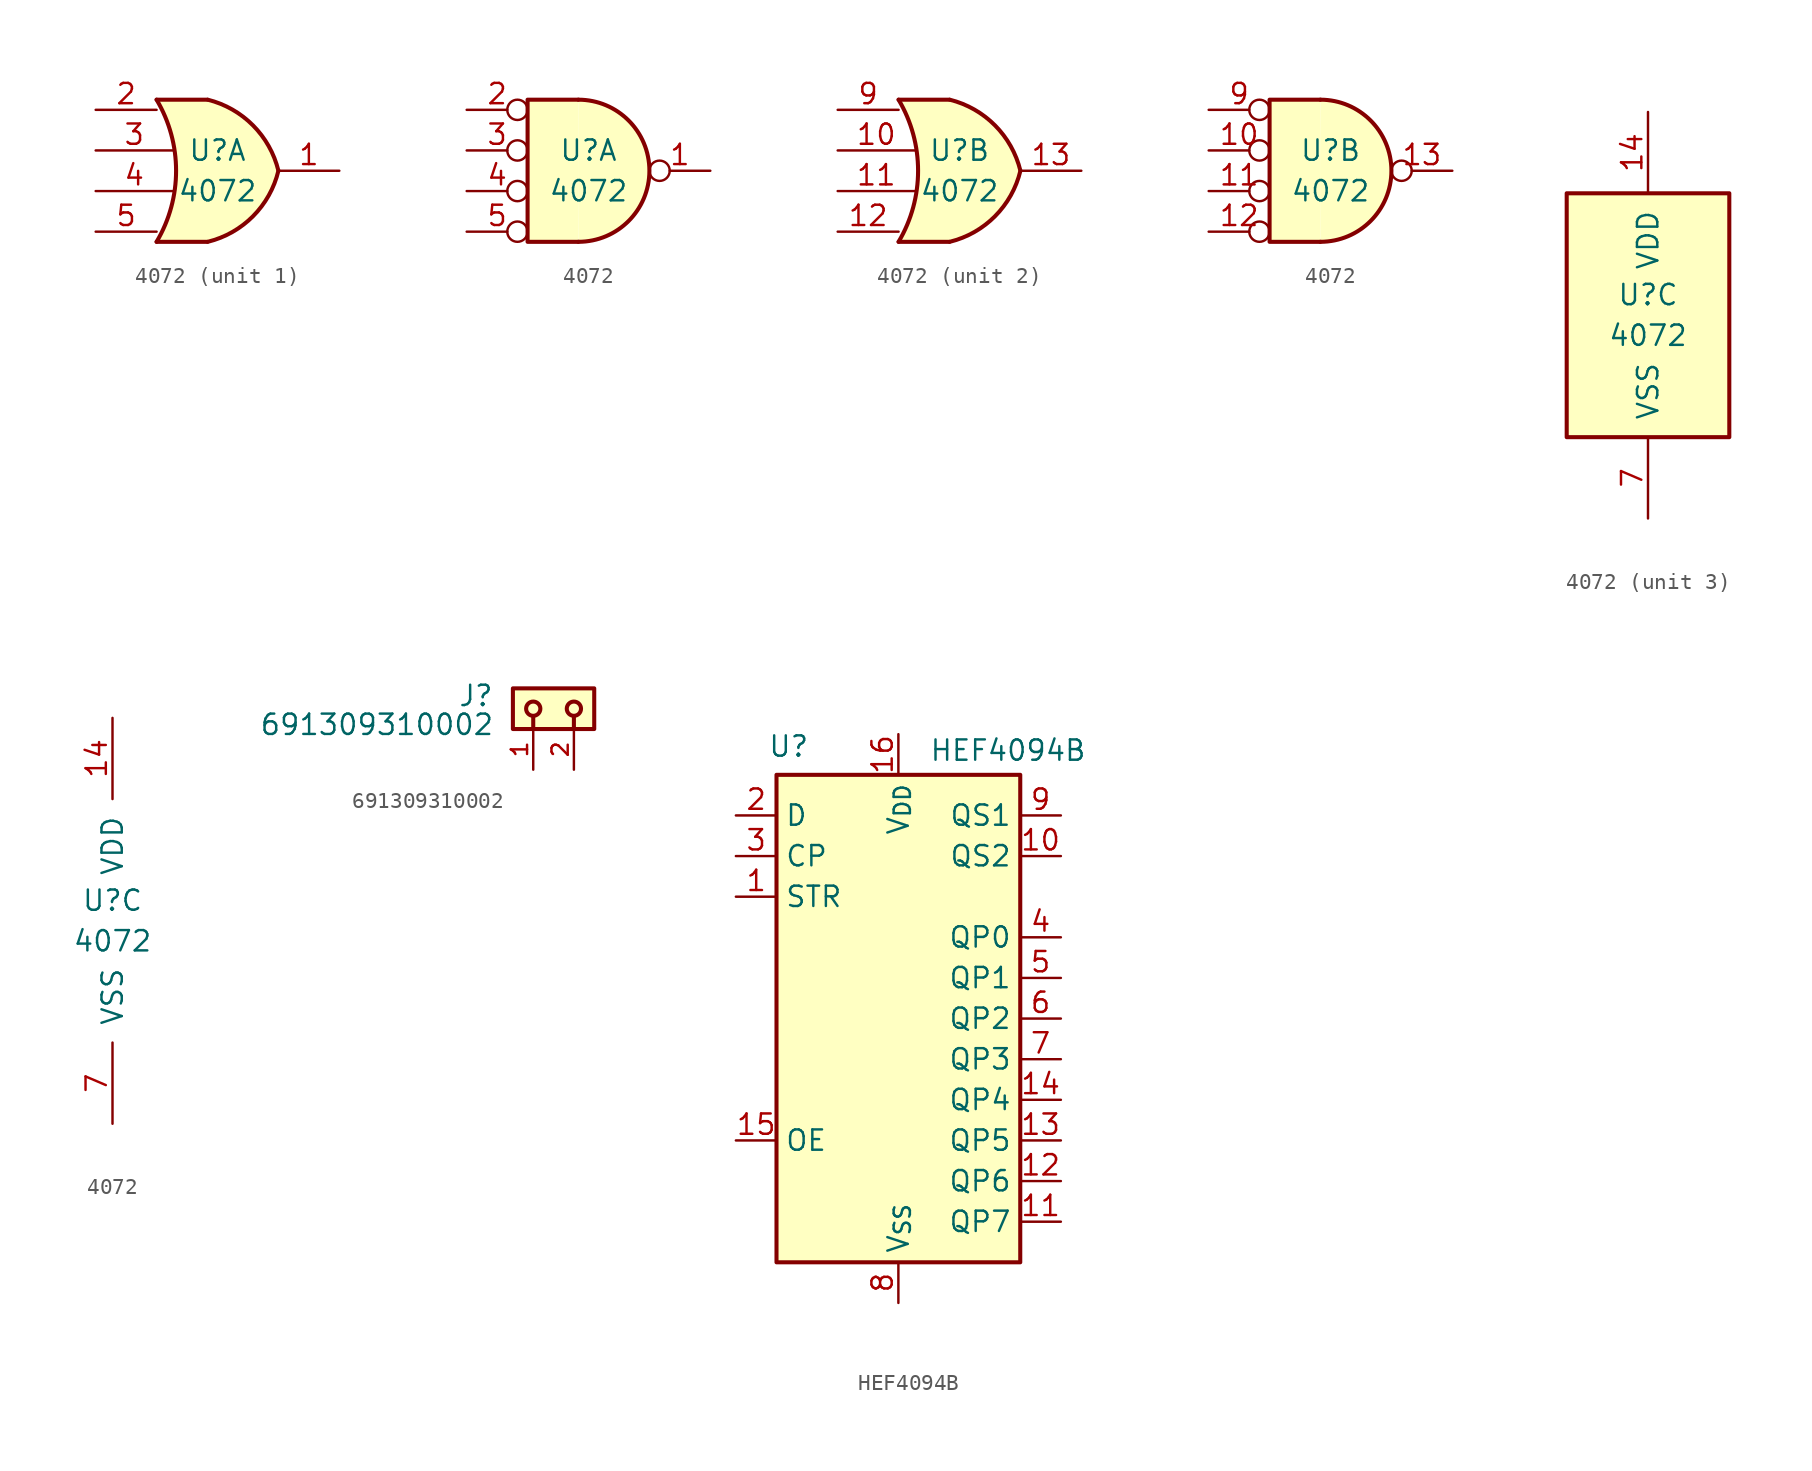
<source format=kicad_sym>
(kicad_symbol_lib
  (version 20241209)
  (generator "kicad_symbol_editor")
  (generator_version "9.0")
  (symbol "4072"
    (pin_names
      (offset 1.016))
    (property "Reference" "U"
      (at 0 1.27 0)
      (effects (font (size 1.27 1.27))))
    (property "Value" "4072"
      (at 0 -1.27 0)
      (effects (font (size 1.27 1.27))))
    (property "ki_locked" ""
      (at 0 0 0)
      (effects (font (size 1.27 1.27))))
    (symbol "4072_1_1"
      (arc (start -3.81 4.445) (mid -2.5908 0) (end -3.81 -4.445) (stroke (width 0.254) (type default)) (fill (type none)))
      (polyline (pts (xy -3.81 4.445) (xy -0.635 4.445)) (stroke (width 0.254) (type default)) (fill (type background)))
      (polyline (pts (xy -3.81 -4.445) (xy -0.635 -4.445)) (stroke (width 0.254) (type default)) (fill (type background)))
      (arc (start -0.6096 4.445) (mid 2.2198 2.8385) (end 3.81 0) (stroke (width 0.254) (type default)) (fill (type background)))
      (arc (start 3.81 0) (mid 2.224 -2.8428) (end -0.6096 -4.445) (stroke (width 0.254) (type default)) (fill (type background)))
      (polyline (pts (xy -0.635 4.445) (xy -3.81 4.445) (xy -3.81 4.445) (xy -3.632 4.089) (xy -3.099 2.921) (xy -2.769 1.676) (xy -2.616 0.432) (xy -2.642 -0.864) (xy -2.87 -2.108) (xy -3.251 -3.327) (xy -3.81 -4.445) (xy -3.81 -4.445) (xy -0.635 -4.445)) (stroke (width -25.4) (type default)) (fill (type background)))
      (pin input line (at -7.62 3.81 0) (length 3.81) (name "~" (effects (font (size 1.27 1.27)))) (number "2" (effects (font (size 1.27 1.27)))))
      (pin input line (at -7.62 1.27 0) (length 4.826) (name "~" (effects (font (size 1.27 1.27)))) (number "3" (effects (font (size 1.27 1.27)))))
      (pin input line (at -7.62 -1.27 0) (length 4.826) (name "~" (effects (font (size 1.27 1.27)))) (number "4" (effects (font (size 1.27 1.27)))))
      (pin input line (at -7.62 -3.81 0) (length 3.81) (name "~" (effects (font (size 1.27 1.27)))) (number "5" (effects (font (size 1.27 1.27)))))
      (pin output line (at 7.62 0 180) (length 3.81) (name "~" (effects (font (size 1.27 1.27)))) (number "1" (effects (font (size 1.27 1.27))))))
    (symbol "4072_1_2"
      (arc (start -0.635 4.445) (mid 3.7907 0) (end -0.635 -4.445) (stroke (width 0.254) (type default)) (fill (type background)))
      (polyline (pts (xy -0.635 4.445) (xy -3.81 4.445) (xy -3.81 -4.445) (xy -0.635 -4.445)) (stroke (width 0.254) (type default)) (fill (type background)))
      (pin input inverted (at -7.62 3.81 0) (length 3.81) (name "~" (effects (font (size 1.27 1.27)))) (number "2" (effects (font (size 1.27 1.27)))))
      (pin input inverted (at -7.62 1.27 0) (length 3.81) (name "~" (effects (font (size 1.27 1.27)))) (number "3" (effects (font (size 1.27 1.27)))))
      (pin input inverted (at -7.62 -1.27 0) (length 3.81) (name "~" (effects (font (size 1.27 1.27)))) (number "4" (effects (font (size 1.27 1.27)))))
      (pin input inverted (at -7.62 -3.81 0) (length 3.81) (name "~" (effects (font (size 1.27 1.27)))) (number "5" (effects (font (size 1.27 1.27)))))
      (pin output inverted (at 7.62 0 180) (length 3.81) (name "~" (effects (font (size 1.27 1.27)))) (number "1" (effects (font (size 1.27 1.27))))))
    (symbol "4072_2_1"
      (arc (start -3.81 4.445) (mid -2.5908 0) (end -3.81 -4.445) (stroke (width 0.254) (type default)) (fill (type none)))
      (polyline (pts (xy -3.81 4.445) (xy -0.635 4.445)) (stroke (width 0.254) (type default)) (fill (type background)))
      (polyline (pts (xy -3.81 -4.445) (xy -0.635 -4.445)) (stroke (width 0.254) (type default)) (fill (type background)))
      (arc (start -0.6096 4.445) (mid 2.2198 2.8385) (end 3.81 0) (stroke (width 0.254) (type default)) (fill (type background)))
      (arc (start 3.81 0) (mid 2.224 -2.8428) (end -0.6096 -4.445) (stroke (width 0.254) (type default)) (fill (type background)))
      (polyline (pts (xy -0.635 4.445) (xy -3.81 4.445) (xy -3.81 4.445) (xy -3.632 4.089) (xy -3.099 2.921) (xy -2.769 1.676) (xy -2.616 0.432) (xy -2.642 -0.864) (xy -2.87 -2.108) (xy -3.251 -3.327) (xy -3.81 -4.445) (xy -3.81 -4.445) (xy -0.635 -4.445)) (stroke (width -25.4) (type default)) (fill (type background)))
      (pin input line (at -7.62 3.81 0) (length 3.81) (name "~" (effects (font (size 1.27 1.27)))) (number "9" (effects (font (size 1.27 1.27)))))
      (pin input line (at -7.62 1.27 0) (length 4.826) (name "~" (effects (font (size 1.27 1.27)))) (number "10" (effects (font (size 1.27 1.27)))))
      (pin input line (at -7.62 -1.27 0) (length 4.826) (name "~" (effects (font (size 1.27 1.27)))) (number "11" (effects (font (size 1.27 1.27)))))
      (pin input line (at -7.62 -3.81 0) (length 3.81) (name "~" (effects (font (size 1.27 1.27)))) (number "12" (effects (font (size 1.27 1.27)))))
      (pin output line (at 7.62 0 180) (length 3.81) (name "~" (effects (font (size 1.27 1.27)))) (number "13" (effects (font (size 1.27 1.27))))))
    (symbol "4072_2_2"
      (arc (start -0.635 4.445) (mid 3.7907 0) (end -0.635 -4.445) (stroke (width 0.254) (type default)) (fill (type background)))
      (polyline (pts (xy -0.635 4.445) (xy -3.81 4.445) (xy -3.81 -4.445) (xy -0.635 -4.445)) (stroke (width 0.254) (type default)) (fill (type background)))
      (pin input inverted (at -7.62 3.81 0) (length 3.81) (name "~" (effects (font (size 1.27 1.27)))) (number "9" (effects (font (size 1.27 1.27)))))
      (pin input inverted (at -7.62 1.27 0) (length 3.81) (name "~" (effects (font (size 1.27 1.27)))) (number "10" (effects (font (size 1.27 1.27)))))
      (pin input inverted (at -7.62 -1.27 0) (length 3.81) (name "~" (effects (font (size 1.27 1.27)))) (number "11" (effects (font (size 1.27 1.27)))))
      (pin input inverted (at -7.62 -3.81 0) (length 3.81) (name "~" (effects (font (size 1.27 1.27)))) (number "12" (effects (font (size 1.27 1.27)))))
      (pin output inverted (at 7.62 0 180) (length 3.81) (name "~" (effects (font (size 1.27 1.27)))) (number "13" (effects (font (size 1.27 1.27))))))
    (symbol "4072_3_0"
      (pin power_in line (at 0 12.7 270) (length 5.08) (name "VDD" (effects (font (size 1.27 1.27)))) (number "14" (effects (font (size 1.27 1.27)))))
      (pin power_in line (at 0 -12.7 90) (length 5.08) (name "VSS" (effects (font (size 1.27 1.27)))) (number "7" (effects (font (size 1.27 1.27))))))
    (symbol "4072_3_1"
      (rectangle (start -5.08 7.62) (end 5.08 -7.62) (stroke (width 0.254) (type default)) (fill (type background)))))
  (symbol "691309310002"
    (pin_names
      (offset 1.016))
    (property "Reference" "J"
      (at -4.99 -1.205 0)
      (effects (font (size 1.27 1.27)) (justify right bottom)))
    (property "Value" "691309310002"
      (at -4.95 -3.01 0)
      (effects (font (size 1.27 1.27)) (justify right bottom)))
    (symbol "691309310002_0_0"
      (rectangle (start -3.81 -2.54) (end 1.27 0) (stroke (width 0.254) (type default)) (fill (type background)))
      (circle (center -2.54 -1.27) (radius 0.445) (stroke (width 0.254) (type default)) (fill (type none)))
      (polyline (pts (xy -2.54 -1.778) (xy -2.54 -2.54)) (stroke (width 0.254) (type default)) (fill (type none)))
      (circle (center 0 -1.27) (radius 0.445) (stroke (width 0.254) (type default)) (fill (type none)))
      (polyline (pts (xy 0 -1.778) (xy 0 -2.54)) (stroke (width 0.254) (type default)) (fill (type none)))
      (pin passive line (at -2.54 -5.08 90) (length 2.54) (name "~" (effects (font (size 1.016 1.016)))) (number "1" (effects (font (size 1.016 1.016)))))
      (pin passive line (at 0 -5.08 90) (length 2.54) (name "~" (effects (font (size 1.016 1.016)))) (number "2" (effects (font (size 1.016 1.016)))))))
  (symbol "HEF4094B"
    (property "Reference" "U"
      (at -6.858 17.018 0)
      (effects (font (size 1.27 1.27))))
    (property "Value" "HEF4094B"
      (at 6.858 16.764 0)
      (effects (font (size 1.27 1.27))))
    (symbol "HEF4094B_1_0"
      (pin input line (at -10.16 -7.62 0) (length 2.54) (name "OE" (effects (font (size 1.27 1.27)))) (number "15" (effects (font (size 1.27 1.27)))))
      (pin power_in line (at 0 17.78 270) (length 2.54) (name "V_{DD}" (effects (font (size 1.27 1.27)))) (number "16" (effects (font (size 1.27 1.27)))))
      (pin power_in line (at 0 -17.78 90) (length 2.54) (name "V_{SS}" (effects (font (size 1.27 1.27)))) (number "8" (effects (font (size 1.27 1.27)))))
      (pin output line (at 10.16 12.7 180) (length 2.54) (name "QS1" (effects (font (size 1.27 1.27)))) (number "9" (effects (font (size 1.27 1.27)))))
      (pin output line (at 10.16 10.16 180) (length 2.54) (name "QS2" (effects (font (size 1.27 1.27)))) (number "10" (effects (font (size 1.27 1.27)))))
      (pin output line (at 10.16 2.54 180) (length 2.54) (name "QP1" (effects (font (size 1.27 1.27)))) (number "5" (effects (font (size 1.27 1.27)))))
      (pin output line (at 10.16 0 180) (length 2.54) (name "QP2" (effects (font (size 1.27 1.27)))) (number "6" (effects (font (size 1.27 1.27)))))
      (pin output line (at 10.16 -2.54 180) (length 2.54) (name "QP3" (effects (font (size 1.27 1.27)))) (number "7" (effects (font (size 1.27 1.27)))))
      (pin output line (at 10.16 -5.08 180) (length 2.54) (name "QP4" (effects (font (size 1.27 1.27)))) (number "14" (effects (font (size 1.27 1.27)))))
      (pin output line (at 10.16 -7.62 180) (length 2.54) (name "QP5" (effects (font (size 1.27 1.27)))) (number "13" (effects (font (size 1.27 1.27)))))
      (pin output line (at 10.16 -10.16 180) (length 2.54) (name "QP6" (effects (font (size 1.27 1.27)))) (number "12" (effects (font (size 1.27 1.27)))))
      (pin output line (at 10.16 -12.7 180) (length 2.54) (name "QP7" (effects (font (size 1.27 1.27)))) (number "11" (effects (font (size 1.27 1.27))))))
    (symbol "HEF4094B_1_1"
      (rectangle (start -7.62 15.24) (end 7.62 -15.24) (stroke (width 0.254) (type default)) (fill (type background)))
      (pin input line (at -10.16 12.7 0) (length 2.54) (name "D" (effects (font (size 1.27 1.27)))) (number "2" (effects (font (size 1.27 1.27)))))
      (pin input line (at -10.16 10.16 0) (length 2.54) (name "CP" (effects (font (size 1.27 1.27)))) (number "3" (effects (font (size 1.27 1.27)))))
      (pin input line (at -10.16 7.62 0) (length 2.54) (name "STR" (effects (font (size 1.27 1.27)))) (number "1" (effects (font (size 1.27 1.27)))))
      (pin output line (at 10.16 5.08 180) (length 2.54) (name "QP0" (effects (font (size 1.27 1.27)))) (number "4" (effects (font (size 1.27 1.27))))))))
</source>
